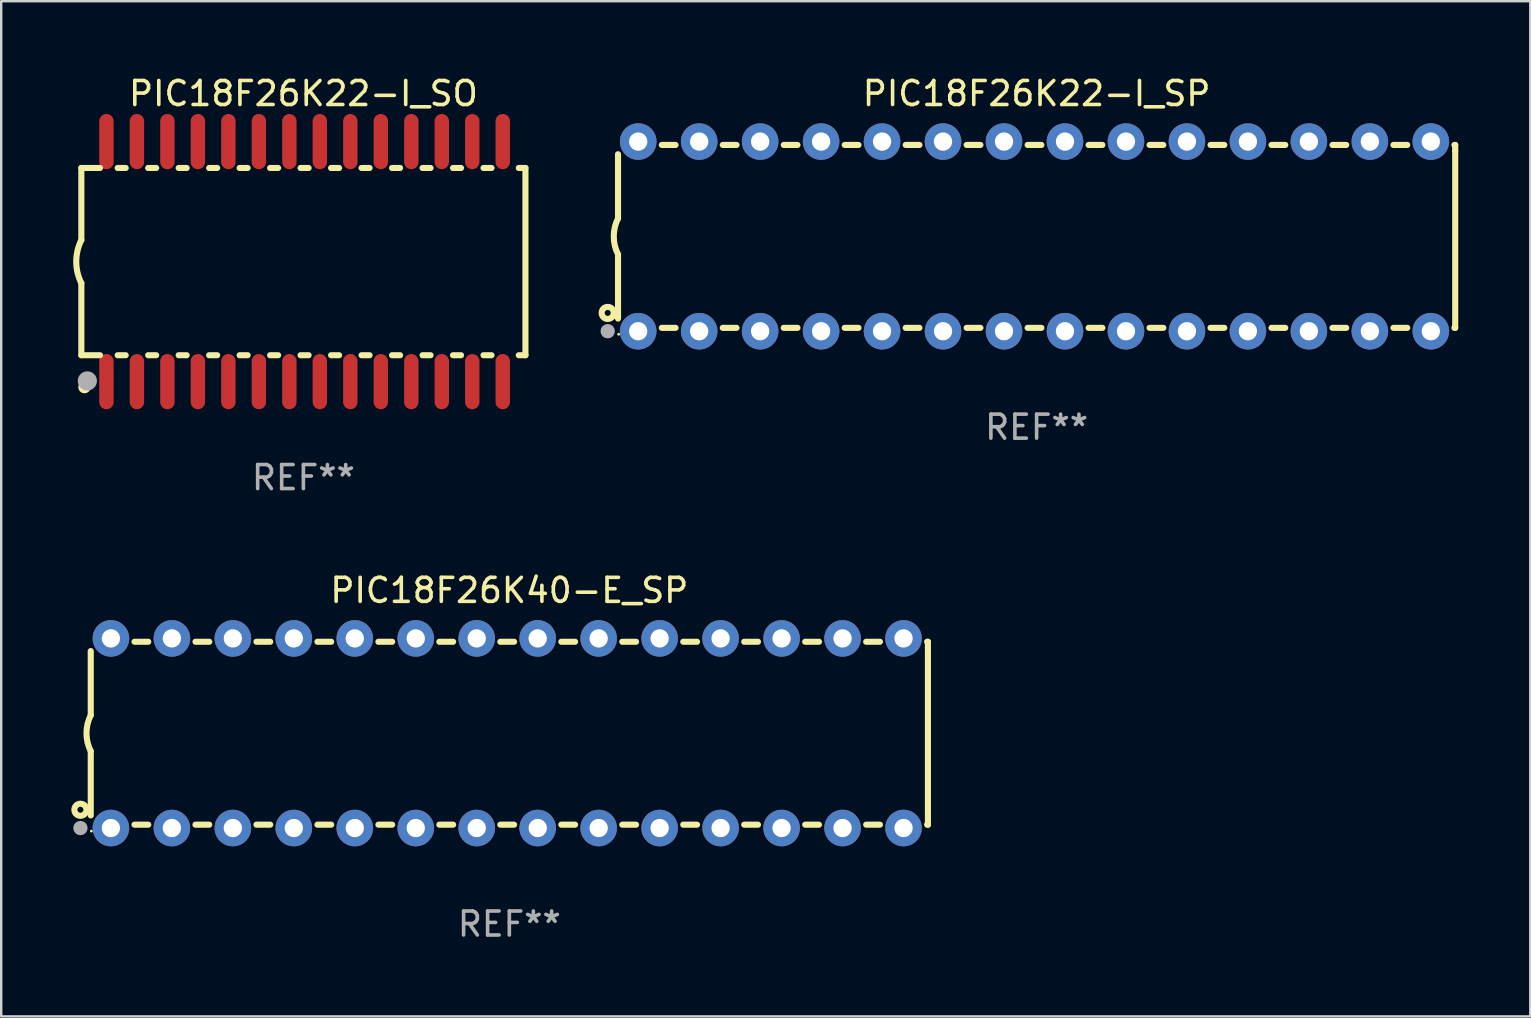
<source format=kicad_pcb>
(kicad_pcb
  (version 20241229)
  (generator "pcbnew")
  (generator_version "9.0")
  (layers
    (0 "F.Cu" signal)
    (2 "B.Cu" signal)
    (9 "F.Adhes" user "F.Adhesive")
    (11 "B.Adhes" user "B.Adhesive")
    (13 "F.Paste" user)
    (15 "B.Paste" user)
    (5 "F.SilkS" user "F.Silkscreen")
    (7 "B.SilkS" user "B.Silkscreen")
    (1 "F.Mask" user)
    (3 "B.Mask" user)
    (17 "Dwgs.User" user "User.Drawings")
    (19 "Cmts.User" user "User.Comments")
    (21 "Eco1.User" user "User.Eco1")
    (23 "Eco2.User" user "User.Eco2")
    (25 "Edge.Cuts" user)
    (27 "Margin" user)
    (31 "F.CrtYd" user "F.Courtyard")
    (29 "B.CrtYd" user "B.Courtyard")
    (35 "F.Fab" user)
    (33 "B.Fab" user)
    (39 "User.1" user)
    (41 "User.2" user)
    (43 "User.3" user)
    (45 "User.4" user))
  (footprint "PIC18F26K40-E_SP"
    (layer "F.Cu")
    (at 18.168 27.495)
    (property "Reference" "PIC18F26K40-E_SP" (at 0 -5.95 0) (layer "F.SilkS") (effects (font (size 1 1) (thickness 0.15))))
    (attr through_hole)
    (fp_line (start -17.438 0.75) (end -17.438 3.423) (stroke (width 0.254) (type solid)) (layer "F.SilkS"))
    (fp_line (start -17.438 -3.423) (end -17.438 -0.75) (stroke (width 0.254) (type solid)) (layer "F.SilkS"))
    (fp_line (start -15.615 3.81) (end -15.041 3.81) (stroke (width 0.254) (type solid)) (layer "F.SilkS"))
    (fp_line (start -15.041 -3.81) (end -15.614 -3.81) (stroke (width 0.254) (type solid)) (layer "F.SilkS"))
    (fp_line (start -13.075 3.81) (end -12.501 3.81) (stroke (width 0.254) (type solid)) (layer "F.SilkS"))
    (fp_line (start -12.501 -3.81) (end -13.074 -3.81) (stroke (width 0.254) (type solid)) (layer "F.SilkS"))
    (fp_line (start -10.535 3.81) (end -9.961 3.81) (stroke (width 0.254) (type solid)) (layer "F.SilkS"))
    (fp_line (start -9.961 -3.81) (end -10.534 -3.81) (stroke (width 0.254) (type solid)) (layer "F.SilkS"))
    (fp_line (start -7.995 3.81) (end -7.421 3.81) (stroke (width 0.254) (type solid)) (layer "F.SilkS"))
    (fp_line (start -7.421 -3.81) (end -7.995 -3.81) (stroke (width 0.254) (type solid)) (layer "F.SilkS"))
    (fp_line (start -5.455 3.81) (end -4.881 3.81) (stroke (width 0.254) (type solid)) (layer "F.SilkS"))
    (fp_line (start -4.881 -3.81) (end -5.455 -3.81) (stroke (width 0.254) (type solid)) (layer "F.SilkS"))
    (fp_line (start -2.915 3.81) (end -2.341 3.81) (stroke (width 0.254) (type solid)) (layer "F.SilkS"))
    (fp_line (start -2.341 -3.81) (end -2.915 -3.81) (stroke (width 0.254) (type solid)) (layer "F.SilkS"))
    (fp_line (start -0.375 3.81) (end 0.199 3.81) (stroke (width 0.254) (type solid)) (layer "F.SilkS"))
    (fp_line (start 0.199 -3.81) (end -0.375 -3.81) (stroke (width 0.254) (type solid)) (layer "F.SilkS"))
    (fp_line (start 2.165 3.81) (end 2.739 3.81) (stroke (width 0.254) (type solid)) (layer "F.SilkS"))
    (fp_line (start 2.739 -3.81) (end 2.165 -3.81) (stroke (width 0.254) (type solid)) (layer "F.SilkS"))
    (fp_line (start 4.705 3.81) (end 5.279 3.81) (stroke (width 0.254) (type solid)) (layer "F.SilkS"))
    (fp_line (start 5.279 -3.81) (end 4.705 -3.81) (stroke (width 0.254) (type solid)) (layer "F.SilkS"))
    (fp_line (start 7.245 3.81) (end 7.819 3.81) (stroke (width 0.254) (type solid)) (layer "F.SilkS"))
    (fp_line (start 7.819 -3.81) (end 7.245 -3.81) (stroke (width 0.254) (type solid)) (layer "F.SilkS"))
    (fp_line (start 9.785 3.81) (end 10.359 3.81) (stroke (width 0.254) (type solid)) (layer "F.SilkS"))
    (fp_line (start 10.359 -3.81) (end 9.785 -3.81) (stroke (width 0.254) (type solid)) (layer "F.SilkS"))
    (fp_line (start 12.325 3.81) (end 12.899 3.81) (stroke (width 0.254) (type solid)) (layer "F.SilkS"))
    (fp_line (start 12.899 -3.81) (end 12.325 -3.81) (stroke (width 0.254) (type solid)) (layer "F.SilkS"))
    (fp_line (start 14.865 3.81) (end 15.439 3.81) (stroke (width 0.254) (type solid)) (layer "F.SilkS"))
    (fp_line (start 15.439 -3.81) (end 14.865 -3.81) (stroke (width 0.254) (type solid)) (layer "F.SilkS"))
    (fp_line (start 17.405 3.81) (end 17.438 3.81) (stroke (width 0.254) (type solid)) (layer "F.SilkS"))
    (fp_line (start 17.438 -3.81) (end 17.405 -3.81) (stroke (width 0.254) (type solid)) (layer "F.SilkS"))
    (fp_line (start 17.438 -3.556) (end 17.438 -3.81) (stroke (width 0.254) (type solid)) (layer "F.SilkS"))
    (fp_line (start 17.438 3.81) (end 17.438 -3.556) (stroke (width 0.254) (type solid)) (layer "F.SilkS"))
    (fp_arc (start -17.437986 0.749657) (mid -17.614887 -0.000024) (end -17.437783 -0.749657) (stroke (width 0.254001) (type solid)) (layer "F.SilkS"))
    (fp_circle (center -17.868 3.188) (end -17.743 3.188) (stroke (width 0.254) (type solid)) (fill no) (layer "F.SilkS"))
    (fp_circle (center -17.411 4.077) (end -17.381 4.077) (stroke (width 0.06) (type solid)) (fill no) (layer "F.SilkS"))
    (fp_circle (center -17.868 3.95) (end -17.718 3.95) (stroke (width 0.3) (type solid)) (fill no) (layer "F.Fab"))
    (fp_text user "REF**" (at 0 7.95 0) (layer "F.Fab") (effects (font (size 1 1) (thickness 0.15))))
    (pad "1" thru_hole circle (at -16.598 3.95) (size 1.524 1.524) (drill 0.762) (layers "*.Cu" "*.Mask"))
    (pad "2" thru_hole circle (at -14.058 3.95) (size 1.524 1.524) (drill 0.762) (layers "*.Cu" "*.Mask"))
    (pad "3" thru_hole circle (at -11.518 3.95) (size 1.524 1.524) (drill 0.762) (layers "*.Cu" "*.Mask"))
    (pad "4" thru_hole circle (at -8.978 3.95) (size 1.524 1.524) (drill 0.762) (layers "*.Cu" "*.Mask"))
    (pad "5" thru_hole circle (at -6.438 3.95) (size 1.524 1.524) (drill 0.762) (layers "*.Cu" "*.Mask"))
    (pad "6" thru_hole circle (at -3.898 3.95) (size 1.524 1.524) (drill 0.762) (layers "*.Cu" "*.Mask"))
    (pad "7" thru_hole circle (at -1.358 3.95) (size 1.524 1.524) (drill 0.762) (layers "*.Cu" "*.Mask"))
    (pad "8" thru_hole circle (at 1.182 3.95) (size 1.524 1.524) (drill 0.762) (layers "*.Cu" "*.Mask"))
    (pad "9" thru_hole circle (at 3.722 3.95) (size 1.524 1.524) (drill 0.762) (layers "*.Cu" "*.Mask"))
    (pad "10" thru_hole circle (at 6.262 3.95) (size 1.524 1.524) (drill 0.762) (layers "*.Cu" "*.Mask"))
    (pad "11" thru_hole circle (at 8.802 3.95) (size 1.524 1.524) (drill 0.762) (layers "*.Cu" "*.Mask"))
    (pad "12" thru_hole circle (at 11.342 3.95) (size 1.524 1.524) (drill 0.762) (layers "*.Cu" "*.Mask"))
    (pad "13" thru_hole circle (at 13.882 3.95) (size 1.524 1.524) (drill 0.762) (layers "*.Cu" "*.Mask"))
    (pad "14" thru_hole circle (at 16.422 3.95) (size 1.524 1.524) (drill 0.762) (layers "*.Cu" "*.Mask"))
    (pad "15" thru_hole circle (at 16.422 -3.95) (size 1.524 1.524) (drill 0.762) (layers "*.Cu" "*.Mask"))
    (pad "16" thru_hole circle (at 13.882 -3.95) (size 1.524 1.524) (drill 0.762) (layers "*.Cu" "*.Mask"))
    (pad "17" thru_hole circle (at 11.342 -3.95) (size 1.524 1.524) (drill 0.762) (layers "*.Cu" "*.Mask"))
    (pad "18" thru_hole circle (at 8.802 -3.95) (size 1.524 1.524) (drill 0.762) (layers "*.Cu" "*.Mask"))
    (pad "19" thru_hole circle (at 6.262 -3.95) (size 1.524 1.524) (drill 0.762) (layers "*.Cu" "*.Mask"))
    (pad "20" thru_hole circle (at 3.722 -3.95) (size 1.524 1.524) (drill 0.762) (layers "*.Cu" "*.Mask"))
    (pad "21" thru_hole circle (at 1.182 -3.95) (size 1.524 1.524) (drill 0.762) (layers "*.Cu" "*.Mask"))
    (pad "22" thru_hole circle (at -1.358 -3.95) (size 1.524 1.524) (drill 0.762) (layers "*.Cu" "*.Mask"))
    (pad "23" thru_hole circle (at -3.898 -3.95) (size 1.524 1.524) (drill 0.762) (layers "*.Cu" "*.Mask"))
    (pad "24" thru_hole circle (at -6.438 -3.95) (size 1.524 1.524) (drill 0.762) (layers "*.Cu" "*.Mask"))
    (pad "25" thru_hole circle (at -8.978 -3.95) (size 1.524 1.524) (drill 0.762) (layers "*.Cu" "*.Mask"))
    (pad "26" thru_hole circle (at -11.517 -3.95) (size 1.524 1.524) (drill 0.762) (layers "*.Cu" "*.Mask"))
    (pad "27" thru_hole circle (at -14.057 -3.95) (size 1.524 1.524) (drill 0.762) (layers "*.Cu" "*.Mask"))
    (pad "28" thru_hole circle (at -16.597 -3.95) (size 1.524 1.524) (drill 0.762) (layers "*.Cu" "*.Mask")))
  (footprint "PIC18F26K22-I_SP"
    (layer "F.Cu")
    (at 40.134 6.798)
    (property "Reference" "PIC18F26K22-I_SP" (at 0 -5.95 0) (layer "F.SilkS") (effects (font (size 1 1) (thickness 0.15))))
    (attr through_hole)
    (fp_line (start -17.438 0.75) (end -17.438 3.423) (stroke (width 0.254) (type solid)) (layer "F.SilkS"))
    (fp_line (start -17.438 -3.423) (end -17.438 -0.75) (stroke (width 0.254) (type solid)) (layer "F.SilkS"))
    (fp_line (start -15.615 3.81) (end -15.041 3.81) (stroke (width 0.254) (type solid)) (layer "F.SilkS"))
    (fp_line (start -15.041 -3.81) (end -15.614 -3.81) (stroke (width 0.254) (type solid)) (layer "F.SilkS"))
    (fp_line (start -13.075 3.81) (end -12.501 3.81) (stroke (width 0.254) (type solid)) (layer "F.SilkS"))
    (fp_line (start -12.501 -3.81) (end -13.074 -3.81) (stroke (width 0.254) (type solid)) (layer "F.SilkS"))
    (fp_line (start -10.535 3.81) (end -9.961 3.81) (stroke (width 0.254) (type solid)) (layer "F.SilkS"))
    (fp_line (start -9.961 -3.81) (end -10.534 -3.81) (stroke (width 0.254) (type solid)) (layer "F.SilkS"))
    (fp_line (start -7.995 3.81) (end -7.421 3.81) (stroke (width 0.254) (type solid)) (layer "F.SilkS"))
    (fp_line (start -7.421 -3.81) (end -7.995 -3.81) (stroke (width 0.254) (type solid)) (layer "F.SilkS"))
    (fp_line (start -5.455 3.81) (end -4.881 3.81) (stroke (width 0.254) (type solid)) (layer "F.SilkS"))
    (fp_line (start -4.881 -3.81) (end -5.455 -3.81) (stroke (width 0.254) (type solid)) (layer "F.SilkS"))
    (fp_line (start -2.915 3.81) (end -2.341 3.81) (stroke (width 0.254) (type solid)) (layer "F.SilkS"))
    (fp_line (start -2.341 -3.81) (end -2.915 -3.81) (stroke (width 0.254) (type solid)) (layer "F.SilkS"))
    (fp_line (start -0.375 3.81) (end 0.199 3.81) (stroke (width 0.254) (type solid)) (layer "F.SilkS"))
    (fp_line (start 0.199 -3.81) (end -0.375 -3.81) (stroke (width 0.254) (type solid)) (layer "F.SilkS"))
    (fp_line (start 2.165 3.81) (end 2.739 3.81) (stroke (width 0.254) (type solid)) (layer "F.SilkS"))
    (fp_line (start 2.739 -3.81) (end 2.165 -3.81) (stroke (width 0.254) (type solid)) (layer "F.SilkS"))
    (fp_line (start 4.705 3.81) (end 5.279 3.81) (stroke (width 0.254) (type solid)) (layer "F.SilkS"))
    (fp_line (start 5.279 -3.81) (end 4.705 -3.81) (stroke (width 0.254) (type solid)) (layer "F.SilkS"))
    (fp_line (start 7.245 3.81) (end 7.819 3.81) (stroke (width 0.254) (type solid)) (layer "F.SilkS"))
    (fp_line (start 7.819 -3.81) (end 7.245 -3.81) (stroke (width 0.254) (type solid)) (layer "F.SilkS"))
    (fp_line (start 9.785 3.81) (end 10.359 3.81) (stroke (width 0.254) (type solid)) (layer "F.SilkS"))
    (fp_line (start 10.359 -3.81) (end 9.785 -3.81) (stroke (width 0.254) (type solid)) (layer "F.SilkS"))
    (fp_line (start 12.325 3.81) (end 12.899 3.81) (stroke (width 0.254) (type solid)) (layer "F.SilkS"))
    (fp_line (start 12.899 -3.81) (end 12.325 -3.81) (stroke (width 0.254) (type solid)) (layer "F.SilkS"))
    (fp_line (start 14.865 3.81) (end 15.439 3.81) (stroke (width 0.254) (type solid)) (layer "F.SilkS"))
    (fp_line (start 15.439 -3.81) (end 14.865 -3.81) (stroke (width 0.254) (type solid)) (layer "F.SilkS"))
    (fp_line (start 17.405 3.81) (end 17.438 3.81) (stroke (width 0.254) (type solid)) (layer "F.SilkS"))
    (fp_line (start 17.438 -3.81) (end 17.405 -3.81) (stroke (width 0.254) (type solid)) (layer "F.SilkS"))
    (fp_line (start 17.438 -3.556) (end 17.438 -3.81) (stroke (width 0.254) (type solid)) (layer "F.SilkS"))
    (fp_line (start 17.438 3.81) (end 17.438 -3.556) (stroke (width 0.254) (type solid)) (layer "F.SilkS"))
    (fp_arc (start -17.437986 0.749657) (mid -17.614887 -0.000024) (end -17.437783 -0.749657) (stroke (width 0.254001) (type solid)) (layer "F.SilkS"))
    (fp_circle (center -17.868 3.188) (end -17.743 3.188) (stroke (width 0.254) (type solid)) (fill no) (layer "F.SilkS"))
    (fp_circle (center -17.411 4.077) (end -17.381 4.077) (stroke (width 0.06) (type solid)) (fill no) (layer "F.SilkS"))
    (fp_circle (center -17.868 3.95) (end -17.718 3.95) (stroke (width 0.3) (type solid)) (fill no) (layer "F.Fab"))
    (fp_text user "REF**" (at 0 7.95 0) (layer "F.Fab") (effects (font (size 1 1) (thickness 0.15))))
    (pad "1" thru_hole circle (at -16.598 3.95) (size 1.524 1.524) (drill 0.762) (layers "*.Cu" "*.Mask"))
    (pad "2" thru_hole circle (at -14.058 3.95) (size 1.524 1.524) (drill 0.762) (layers "*.Cu" "*.Mask"))
    (pad "3" thru_hole circle (at -11.518 3.95) (size 1.524 1.524) (drill 0.762) (layers "*.Cu" "*.Mask"))
    (pad "4" thru_hole circle (at -8.978 3.95) (size 1.524 1.524) (drill 0.762) (layers "*.Cu" "*.Mask"))
    (pad "5" thru_hole circle (at -6.438 3.95) (size 1.524 1.524) (drill 0.762) (layers "*.Cu" "*.Mask"))
    (pad "6" thru_hole circle (at -3.898 3.95) (size 1.524 1.524) (drill 0.762) (layers "*.Cu" "*.Mask"))
    (pad "7" thru_hole circle (at -1.358 3.95) (size 1.524 1.524) (drill 0.762) (layers "*.Cu" "*.Mask"))
    (pad "8" thru_hole circle (at 1.182 3.95) (size 1.524 1.524) (drill 0.762) (layers "*.Cu" "*.Mask"))
    (pad "9" thru_hole circle (at 3.722 3.95) (size 1.524 1.524) (drill 0.762) (layers "*.Cu" "*.Mask"))
    (pad "10" thru_hole circle (at 6.262 3.95) (size 1.524 1.524) (drill 0.762) (layers "*.Cu" "*.Mask"))
    (pad "11" thru_hole circle (at 8.802 3.95) (size 1.524 1.524) (drill 0.762) (layers "*.Cu" "*.Mask"))
    (pad "12" thru_hole circle (at 11.342 3.95) (size 1.524 1.524) (drill 0.762) (layers "*.Cu" "*.Mask"))
    (pad "13" thru_hole circle (at 13.882 3.95) (size 1.524 1.524) (drill 0.762) (layers "*.Cu" "*.Mask"))
    (pad "14" thru_hole circle (at 16.422 3.95) (size 1.524 1.524) (drill 0.762) (layers "*.Cu" "*.Mask"))
    (pad "15" thru_hole circle (at 16.422 -3.95) (size 1.524 1.524) (drill 0.762) (layers "*.Cu" "*.Mask"))
    (pad "16" thru_hole circle (at 13.882 -3.95) (size 1.524 1.524) (drill 0.762) (layers "*.Cu" "*.Mask"))
    (pad "17" thru_hole circle (at 11.342 -3.95) (size 1.524 1.524) (drill 0.762) (layers "*.Cu" "*.Mask"))
    (pad "18" thru_hole circle (at 8.802 -3.95) (size 1.524 1.524) (drill 0.762) (layers "*.Cu" "*.Mask"))
    (pad "19" thru_hole circle (at 6.262 -3.95) (size 1.524 1.524) (drill 0.762) (layers "*.Cu" "*.Mask"))
    (pad "20" thru_hole circle (at 3.722 -3.95) (size 1.524 1.524) (drill 0.762) (layers "*.Cu" "*.Mask"))
    (pad "21" thru_hole circle (at 1.182 -3.95) (size 1.524 1.524) (drill 0.762) (layers "*.Cu" "*.Mask"))
    (pad "22" thru_hole circle (at -1.358 -3.95) (size 1.524 1.524) (drill 0.762) (layers "*.Cu" "*.Mask"))
    (pad "23" thru_hole circle (at -3.898 -3.95) (size 1.524 1.524) (drill 0.762) (layers "*.Cu" "*.Mask"))
    (pad "24" thru_hole circle (at -6.438 -3.95) (size 1.524 1.524) (drill 0.762) (layers "*.Cu" "*.Mask"))
    (pad "25" thru_hole circle (at -8.978 -3.95) (size 1.524 1.524) (drill 0.762) (layers "*.Cu" "*.Mask"))
    (pad "26" thru_hole circle (at -11.517 -3.95) (size 1.524 1.524) (drill 0.762) (layers "*.Cu" "*.Mask"))
    (pad "27" thru_hole circle (at -14.057 -3.95) (size 1.524 1.524) (drill 0.762) (layers "*.Cu" "*.Mask"))
    (pad "28" thru_hole circle (at -16.597 -3.95) (size 1.524 1.524) (drill 0.762) (layers "*.Cu" "*.Mask")))
  (footprint "PIC18F26K22-I_SO"
    (layer "F.Cu")
    (at 9.589 7.848)
    (property "Reference" "PIC18F26K22-I_SO" (at 0 -7 0) (layer "F.SilkS") (effects (font (size 1 1) (thickness 0.15))))
    (attr through_hole)
    (fp_line (start -9.25 -3.9) (end -9.25 -0.9) (stroke (width 0.254) (type solid)) (layer "F.SilkS"))
    (fp_line (start -9.25 -3.9) (end -8.473 -3.9) (stroke (width 0.254) (type solid)) (layer "F.SilkS"))
    (fp_line (start -9.25 3.9) (end -9.25 0.9) (stroke (width 0.254) (type solid)) (layer "F.SilkS"))
    (fp_line (start -9.25 3.9) (end -8.473 3.9) (stroke (width 0.254) (type solid)) (layer "F.SilkS"))
    (fp_line (start -7.737 -3.9) (end -7.403 -3.9) (stroke (width 0.254) (type solid)) (layer "F.SilkS"))
    (fp_line (start -7.737 3.9) (end -7.403 3.9) (stroke (width 0.254) (type solid)) (layer "F.SilkS"))
    (fp_line (start -6.467 3.9) (end -6.133 3.9) (stroke (width 0.254) (type solid)) (layer "F.SilkS"))
    (fp_line (start -6.467 -3.9) (end -6.133 -3.9) (stroke (width 0.254) (type solid)) (layer "F.SilkS"))
    (fp_line (start -5.197 3.9) (end -4.863 3.9) (stroke (width 0.254) (type solid)) (layer "F.SilkS"))
    (fp_line (start -5.197 -3.9) (end -4.863 -3.9) (stroke (width 0.254) (type solid)) (layer "F.SilkS"))
    (fp_line (start -3.927 3.9) (end -3.593 3.9) (stroke (width 0.254) (type solid)) (layer "F.SilkS"))
    (fp_line (start -3.927 -3.9) (end -3.593 -3.9) (stroke (width 0.254) (type solid)) (layer "F.SilkS"))
    (fp_line (start -2.657 3.9) (end -2.323 3.9) (stroke (width 0.254) (type solid)) (layer "F.SilkS"))
    (fp_line (start -2.657 -3.9) (end -2.323 -3.9) (stroke (width 0.254) (type solid)) (layer "F.SilkS"))
    (fp_line (start -1.387 3.9) (end -1.053 3.9) (stroke (width 0.254) (type solid)) (layer "F.SilkS"))
    (fp_line (start -1.387 -3.9) (end -1.053 -3.9) (stroke (width 0.254) (type solid)) (layer "F.SilkS"))
    (fp_line (start -0.117 3.9) (end 0.217 3.9) (stroke (width 0.254) (type solid)) (layer "F.SilkS"))
    (fp_line (start -0.117 -3.9) (end 0.217 -3.9) (stroke (width 0.254) (type solid)) (layer "F.SilkS"))
    (fp_line (start 1.153 3.9) (end 1.487 3.9) (stroke (width 0.254) (type solid)) (layer "F.SilkS"))
    (fp_line (start 1.153 -3.9) (end 1.487 -3.9) (stroke (width 0.254) (type solid)) (layer "F.SilkS"))
    (fp_line (start 2.423 3.9) (end 2.757 3.9) (stroke (width 0.254) (type solid)) (layer "F.SilkS"))
    (fp_line (start 2.423 -3.9) (end 2.757 -3.9) (stroke (width 0.254) (type solid)) (layer "F.SilkS"))
    (fp_line (start 3.693 3.9) (end 4.027 3.9) (stroke (width 0.254) (type solid)) (layer "F.SilkS"))
    (fp_line (start 3.693 -3.9) (end 4.027 -3.9) (stroke (width 0.254) (type solid)) (layer "F.SilkS"))
    (fp_line (start 4.963 3.9) (end 5.297 3.9) (stroke (width 0.254) (type solid)) (layer "F.SilkS"))
    (fp_line (start 4.963 -3.9) (end 5.297 -3.9) (stroke (width 0.254) (type solid)) (layer "F.SilkS"))
    (fp_line (start 6.233 3.9) (end 6.567 3.9) (stroke (width 0.254) (type solid)) (layer "F.SilkS"))
    (fp_line (start 6.233 -3.9) (end 6.567 -3.9) (stroke (width 0.254) (type solid)) (layer "F.SilkS"))
    (fp_line (start 7.503 -3.9) (end 7.837 -3.9) (stroke (width 0.254) (type solid)) (layer "F.SilkS"))
    (fp_line (start 7.503 3.9) (end 7.837 3.9) (stroke (width 0.254) (type solid)) (layer "F.SilkS"))
    (fp_line (start 8.973 -3.9) (end 9.05 -3.9) (stroke (width 0.254) (type solid)) (layer "F.SilkS"))
    (fp_line (start 8.973 3.9) (end 9.25 3.9) (stroke (width 0.254) (type solid)) (layer "F.SilkS"))
    (fp_line (start 9.05 -3.9) (end 9.25 -3.9) (stroke (width 0.254) (type solid)) (layer "F.SilkS"))
    (fp_line (start 9.25 -3.9) (end 9.25 3.9) (stroke (width 0.254) (type solid)) (layer "F.SilkS"))
    (fp_arc (start -9.249619 0.900432) (mid -9.462013 0.000246) (end -9.249873 -0.9) (stroke (width 0.254001) (type solid)) (layer "F.SilkS"))
    (fp_circle (center -9.2 5.3) (end -9.17 5.3) (stroke (width 0.06) (type solid)) (fill no) (layer "F.SilkS"))
    (fp_circle (center -9.12 5.23) (end -8.988 5.23) (stroke (width 0.254) (type solid)) (fill no) (layer "F.SilkS"))
    (fp_circle (center -9 4.97) (end -8.8 4.97) (stroke (width 0.4) (type solid)) (fill no) (layer "F.Fab"))
    (fp_text user "REF**" (at 0 9 0) (layer "F.Fab") (effects (font (size 1 1) (thickness 0.15))))
    (pad "1" smd oval (at -8.205 5) (size 0.6 2.3) (layers "F.Cu" "F.Mask" "F.Paste"))
    (pad "2" smd oval (at -6.935 5) (size 0.6 2.3) (layers "F.Cu" "F.Mask" "F.Paste"))
    (pad "3" smd oval (at -5.665 5) (size 0.6 2.3) (layers "F.Cu" "F.Mask" "F.Paste"))
    (pad "4" smd oval (at -4.395 5) (size 0.6 2.3) (layers "F.Cu" "F.Mask" "F.Paste"))
    (pad "5" smd oval (at -3.125 5) (size 0.6 2.3) (layers "F.Cu" "F.Mask" "F.Paste"))
    (pad "6" smd oval (at -1.855 5) (size 0.6 2.3) (layers "F.Cu" "F.Mask" "F.Paste"))
    (pad "7" smd oval (at -0.585 5) (size 0.6 2.3) (layers "F.Cu" "F.Mask" "F.Paste"))
    (pad "8" smd oval (at 0.685 5) (size 0.6 2.3) (layers "F.Cu" "F.Mask" "F.Paste"))
    (pad "9" smd oval (at 1.955 5) (size 0.6 2.3) (layers "F.Cu" "F.Mask" "F.Paste"))
    (pad "10" smd oval (at 3.225 5) (size 0.6 2.3) (layers "F.Cu" "F.Mask" "F.Paste"))
    (pad "11" smd oval (at 4.495 5) (size 0.6 2.3) (layers "F.Cu" "F.Mask" "F.Paste"))
    (pad "12" smd oval (at 5.765 5) (size 0.6 2.3) (layers "F.Cu" "F.Mask" "F.Paste"))
    (pad "13" smd oval (at 7.035 5) (size 0.6 2.3) (layers "F.Cu" "F.Mask" "F.Paste"))
    (pad "14" smd oval (at 8.305 5) (size 0.6 2.3) (layers "F.Cu" "F.Mask" "F.Paste"))
    (pad "15" smd oval (at 8.305 -5) (size 0.6 2.3) (layers "F.Cu" "F.Mask" "F.Paste"))
    (pad "16" smd oval (at 7.035 -5) (size 0.6 2.3) (layers "F.Cu" "F.Mask" "F.Paste"))
    (pad "17" smd oval (at 5.765 -5) (size 0.6 2.3) (layers "F.Cu" "F.Mask" "F.Paste"))
    (pad "18" smd oval (at 4.495 -5) (size 0.6 2.3) (layers "F.Cu" "F.Mask" "F.Paste"))
    (pad "19" smd oval (at 3.225 -5) (size 0.6 2.3) (layers "F.Cu" "F.Mask" "F.Paste"))
    (pad "20" smd oval (at 1.955 -5) (size 0.6 2.3) (layers "F.Cu" "F.Mask" "F.Paste"))
    (pad "21" smd oval (at 0.685 -5) (size 0.6 2.3) (layers "F.Cu" "F.Mask" "F.Paste"))
    (pad "22" smd oval (at -0.585 -5) (size 0.6 2.3) (layers "F.Cu" "F.Mask" "F.Paste"))
    (pad "23" smd oval (at -1.855 -5) (size 0.6 2.3) (layers "F.Cu" "F.Mask" "F.Paste"))
    (pad "24" smd oval (at -3.125 -5) (size 0.6 2.3) (layers "F.Cu" "F.Mask" "F.Paste"))
    (pad "25" smd oval (at -4.395 -5) (size 0.6 2.3) (layers "F.Cu" "F.Mask" "F.Paste"))
    (pad "26" smd oval (at -5.665 -5) (size 0.6 2.3) (layers "F.Cu" "F.Mask" "F.Paste"))
    (pad "27" smd oval (at -6.935 -5) (size 0.6 2.3) (layers "F.Cu" "F.Mask" "F.Paste"))
    (pad "28" smd oval (at -8.205 -5) (size 0.6 2.3) (layers "F.Cu" "F.Mask" "F.Paste")))
  (gr_rect
    (start -3 -3)
    (end 60.699 39.293)
    (stroke (width 0.1) (type default))
    (fill no)
    (layer "Edge.Cuts")))
</source>
